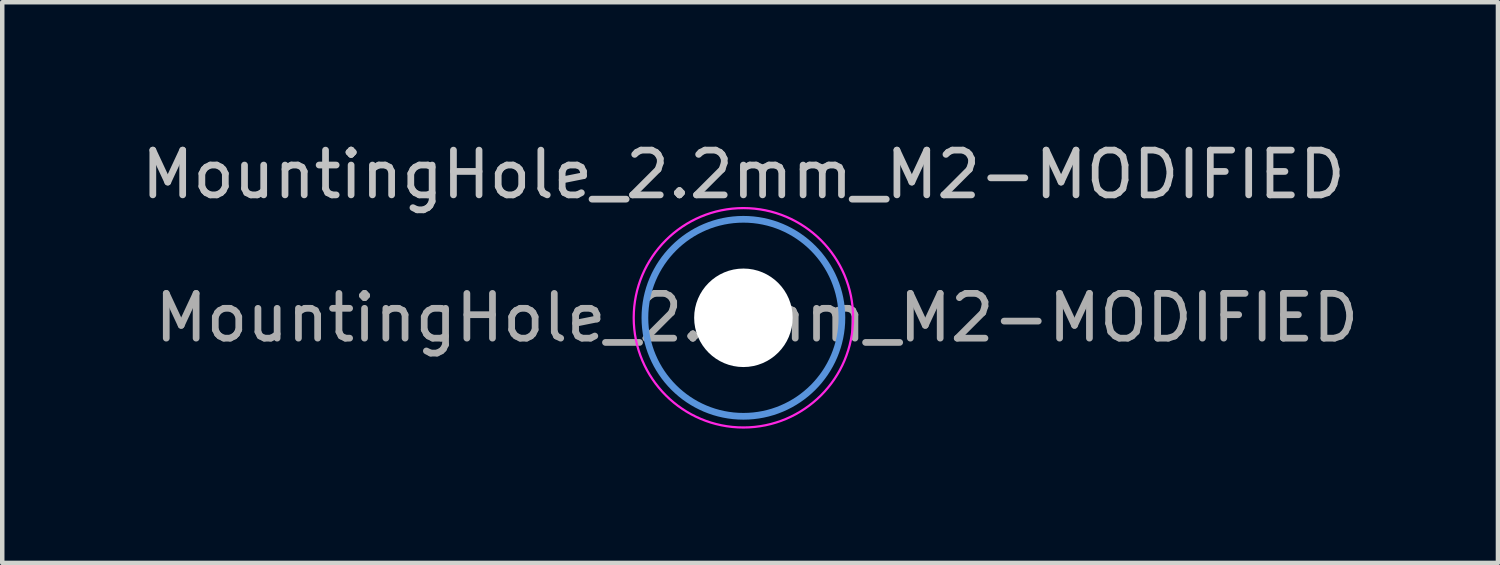
<source format=kicad_pcb>
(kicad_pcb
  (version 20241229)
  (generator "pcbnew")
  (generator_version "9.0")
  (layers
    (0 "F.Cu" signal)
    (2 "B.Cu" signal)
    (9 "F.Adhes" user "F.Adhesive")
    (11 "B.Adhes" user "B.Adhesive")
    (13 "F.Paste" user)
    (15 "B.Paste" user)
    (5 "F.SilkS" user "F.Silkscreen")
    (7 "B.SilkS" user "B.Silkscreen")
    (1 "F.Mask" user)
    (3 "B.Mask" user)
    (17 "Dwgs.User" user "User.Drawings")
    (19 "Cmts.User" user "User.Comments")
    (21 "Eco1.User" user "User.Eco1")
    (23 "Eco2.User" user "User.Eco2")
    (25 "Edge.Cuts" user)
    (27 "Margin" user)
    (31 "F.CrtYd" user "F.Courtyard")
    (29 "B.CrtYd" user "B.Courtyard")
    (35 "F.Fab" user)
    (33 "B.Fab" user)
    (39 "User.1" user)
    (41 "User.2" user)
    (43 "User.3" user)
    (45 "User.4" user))
  (footprint "MountingHole_2.2mm_M2-MODIFIED"
    (layer "F.Cu")
    (at 13.554 4.048)
    (property "Reference" "MountingHole_2.2mm_M2-MODIFIED" (at 0 -3.2 0) (layer "Dwgs.User") (effects (font (size 1 1) (thickness 0.15))))
    (attr exclude_from_pos_files exclude_from_bom)
    (fp_circle (center 0 0) (end 2.2 0) (stroke (width 0.15) (type solid)) (fill no) (layer "Cmts.User"))
    (fp_circle (center 0 0) (end 1.03 -0.18) (stroke (width 0.12) (type solid)) (fill no) (layer "Eco2.User"))
    (fp_circle (center 0 0) (end 2.45 0) (stroke (width 0.05) (type solid)) (fill no) (layer "F.CrtYd"))
    (fp_text user "${REFERENCE}" (at 0.3 0 0) (layer "F.Fab") (effects (font (size 1 1) (thickness 0.15))))
    (pad "" np_thru_hole circle (at 0 0) (size 2.2 2.2) (drill 2.2) (layers "*.Cu" "*.Mask")))
  (gr_rect
    (start -3 -3)
    (end 30.407 9.523)
    (stroke (width 0.1) (type default))
    (fill no)
    (layer "Edge.Cuts")))
</source>
